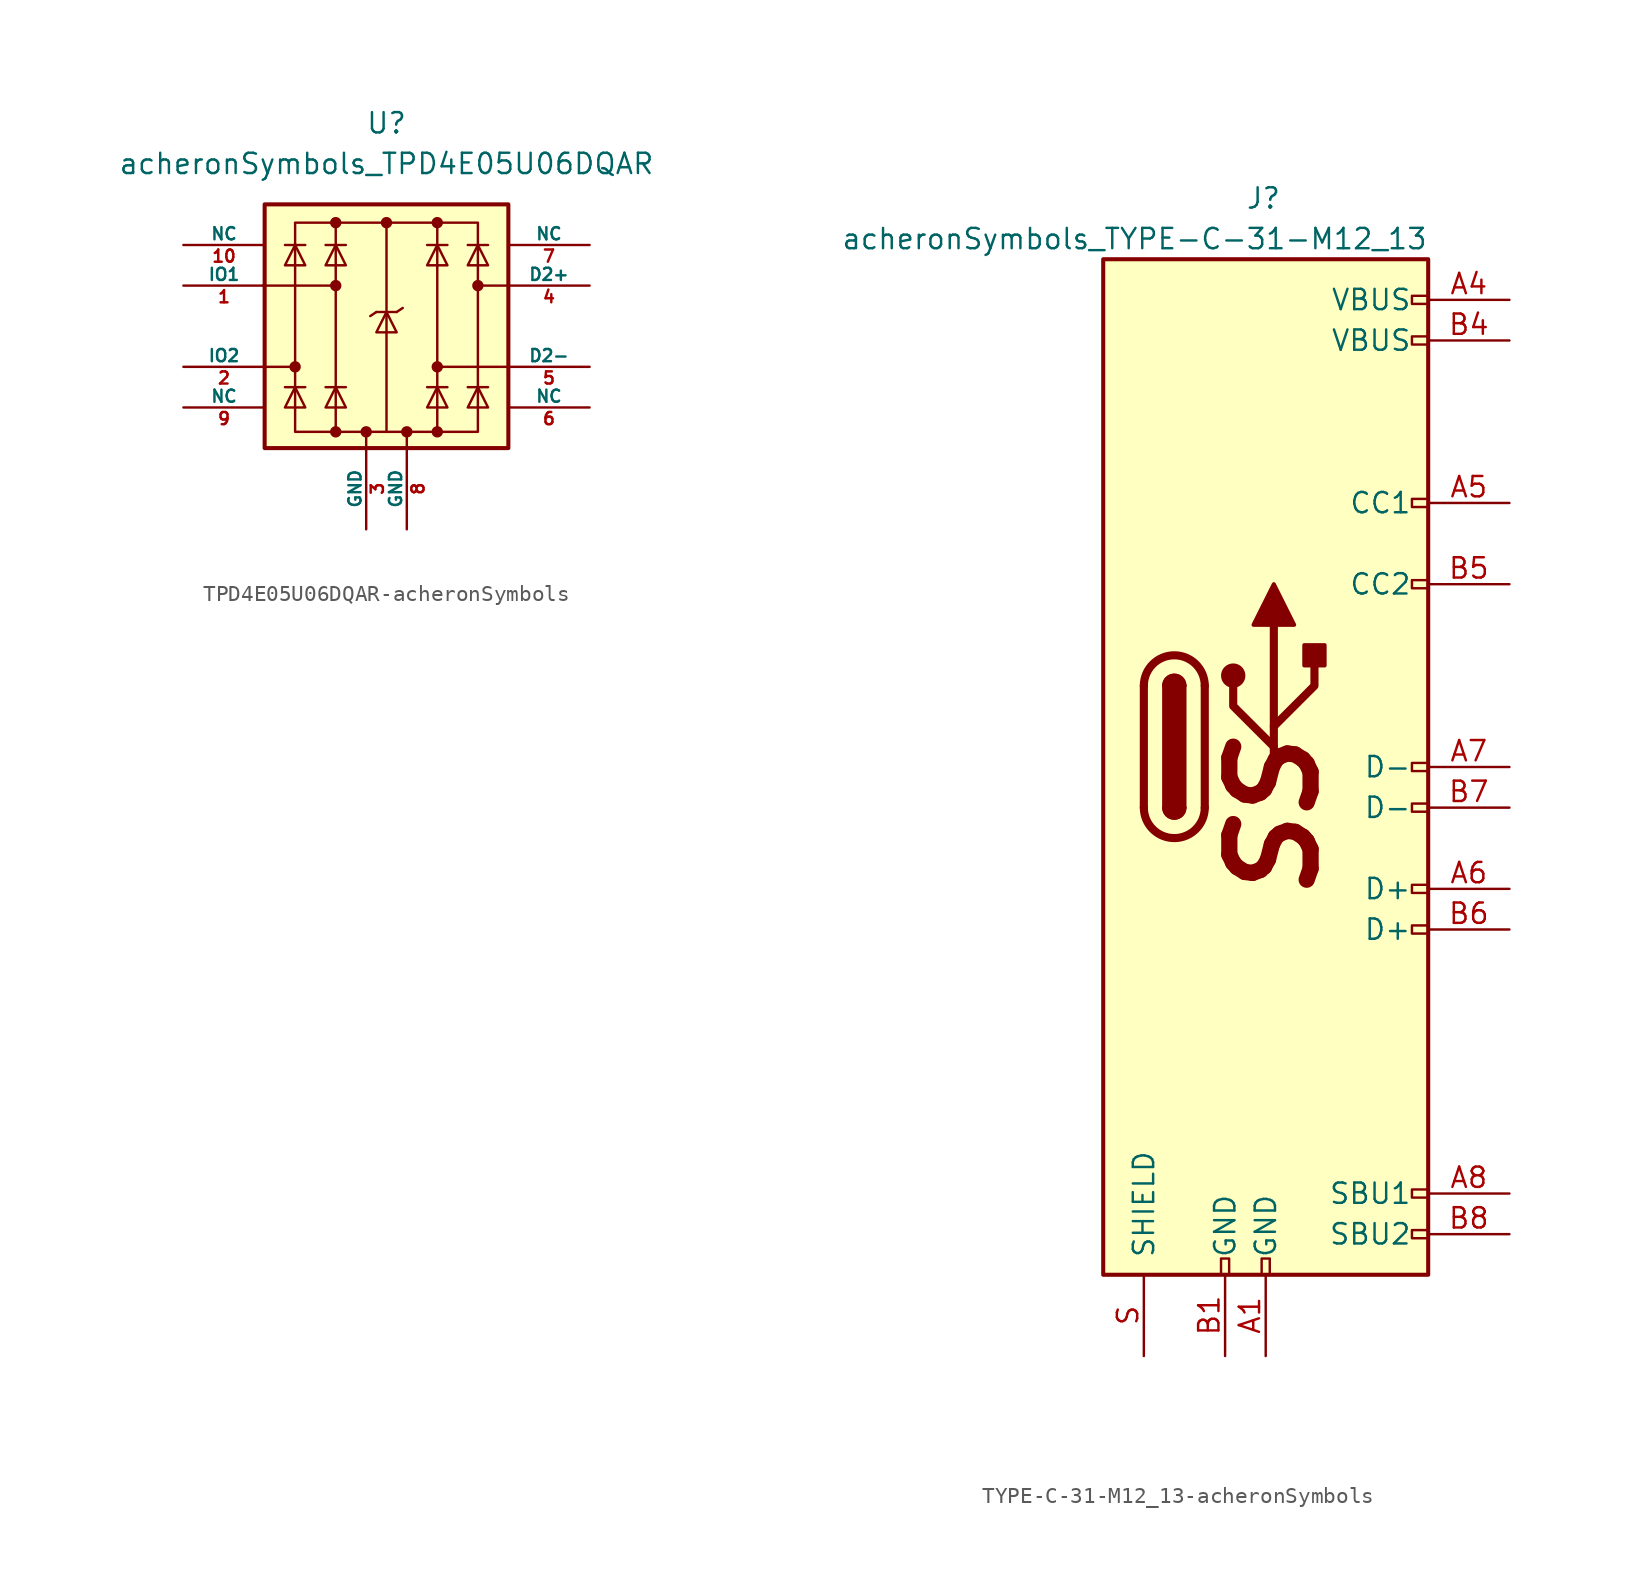
<source format=kicad_sym>
(kicad_symbol_lib
  (version 20231120)
  (generator "kicad_symbol_editor")
  (generator_version "8.0")
  (symbol "TPD4E05U06DQAR-acheronSymbols"
    (pin_names
      (offset 0))
    (property "Reference" "U"
      (at 0 12.7 0)
      (effects (font (size 1.27 1.27))))
    (property "Value" "acheronSymbols_TPD4E05U06DQAR"
      (at 0 10.16 0)
      (effects (font (size 1.27 1.27))))
    (symbol "TPD4E05U06DQAR-acheronSymbols_0_0"
      (rectangle (start -5.715 6.477) (end 5.715 -6.604) (stroke (width 0) (type solid)) (fill (type none)))
      (polyline (pts (xy -3.175 -6.604) (xy -3.175 6.477)) (stroke (width 0) (type solid)) (fill (type none)))
      (polyline (pts (xy 0 6.477) (xy 0 -6.604)) (stroke (width 0) (type solid)) (fill (type none)))
      (polyline (pts (xy 3.175 6.477) (xy 3.175 -6.604)) (stroke (width 0) (type solid)) (fill (type none))))
    (symbol "TPD4E05U06DQAR-acheronSymbols_0_1"
      (rectangle (start -7.62 7.62) (end 7.62 -7.62) (stroke (width 0.254) (type solid)) (fill (type background)))
      (circle (center -5.715 -2.54) (radius 0.279) (stroke (width 0) (type solid)) (fill (type outline)))
      (circle (center -3.175 -6.604) (radius 0.279) (stroke (width 0) (type solid)) (fill (type outline)))
      (circle (center -3.175 2.54) (radius 0.279) (stroke (width 0) (type solid)) (fill (type outline)))
      (circle (center -3.175 6.477) (radius 0.279) (stroke (width 0) (type solid)) (fill (type outline)))
      (circle (center -1.27 -6.604) (radius 0.279) (stroke (width 0) (type solid)) (fill (type outline)))
      (polyline (pts (xy -7.747 2.54) (xy -3.175 2.54)) (stroke (width 0) (type solid)) (fill (type none)))
      (polyline (pts (xy -7.62 -2.54) (xy -5.715 -2.54)) (stroke (width 0) (type solid)) (fill (type none)))
      (polyline (pts (xy -5.08 -3.81) (xy -6.35 -3.81)) (stroke (width 0) (type solid)) (fill (type none)))
      (polyline (pts (xy -5.08 5.08) (xy -6.35 5.08)) (stroke (width 0) (type solid)) (fill (type none)))
      (polyline (pts (xy -2.54 -3.81) (xy -3.81 -3.81)) (stroke (width 0) (type solid)) (fill (type none)))
      (polyline (pts (xy -2.54 5.08) (xy -3.81 5.08)) (stroke (width 0) (type solid)) (fill (type none)))
      (polyline (pts (xy -1.27 -6.604) (xy -1.27 -7.62)) (stroke (width 0) (type solid)) (fill (type none)))
      (polyline (pts (xy -0.635 0.889) (xy -1.016 0.635)) (stroke (width 0) (type solid)) (fill (type none)))
      (polyline (pts (xy 0.635 0.889) (xy -0.635 0.889)) (stroke (width 0) (type solid)) (fill (type none)))
      (polyline (pts (xy 0.635 0.889) (xy 1.016 1.143)) (stroke (width 0) (type solid)) (fill (type none)))
      (polyline (pts (xy 3.81 -3.81) (xy 2.54 -3.81)) (stroke (width 0) (type solid)) (fill (type none)))
      (polyline (pts (xy 3.81 5.08) (xy 2.54 5.08)) (stroke (width 0) (type solid)) (fill (type none)))
      (polyline (pts (xy 6.35 -3.81) (xy 5.08 -3.81)) (stroke (width 0) (type solid)) (fill (type none)))
      (polyline (pts (xy 6.35 5.08) (xy 5.08 5.08)) (stroke (width 0) (type solid)) (fill (type none)))
      (polyline (pts (xy 7.62 -2.54) (xy 3.175 -2.54)) (stroke (width 0) (type solid)) (fill (type none)))
      (polyline (pts (xy 7.62 2.54) (xy 5.715 2.54)) (stroke (width 0) (type solid)) (fill (type none)))
      (polyline (pts (xy -5.08 -5.08) (xy -6.35 -5.08) (xy -5.715 -3.81) (xy -5.08 -5.08)) (stroke (width 0) (type solid)) (fill (type none)))
      (polyline (pts (xy -5.08 3.81) (xy -6.35 3.81) (xy -5.715 5.08) (xy -5.08 3.81)) (stroke (width 0) (type solid)) (fill (type none)))
      (polyline (pts (xy -2.54 -5.08) (xy -3.81 -5.08) (xy -3.175 -3.81) (xy -2.54 -5.08)) (stroke (width 0) (type solid)) (fill (type none)))
      (polyline (pts (xy -2.54 3.81) (xy -3.81 3.81) (xy -3.175 5.08) (xy -2.54 3.81)) (stroke (width 0) (type solid)) (fill (type none)))
      (polyline (pts (xy 0.635 -0.381) (xy -0.635 -0.381) (xy 0 0.889) (xy 0.635 -0.381)) (stroke (width 0) (type solid)) (fill (type none)))
      (polyline (pts (xy 3.81 -5.08) (xy 2.54 -5.08) (xy 3.175 -3.81) (xy 3.81 -5.08)) (stroke (width 0) (type solid)) (fill (type none)))
      (polyline (pts (xy 3.81 3.81) (xy 2.54 3.81) (xy 3.175 5.08) (xy 3.81 3.81)) (stroke (width 0) (type solid)) (fill (type none)))
      (polyline (pts (xy 6.35 -5.08) (xy 5.08 -5.08) (xy 5.715 -3.81) (xy 6.35 -5.08)) (stroke (width 0) (type solid)) (fill (type none)))
      (polyline (pts (xy 6.35 3.81) (xy 5.08 3.81) (xy 5.715 5.08) (xy 6.35 3.81)) (stroke (width 0) (type solid)) (fill (type none)))
      (circle (center 0 6.477) (radius 0.279) (stroke (width 0) (type solid)) (fill (type outline)))
      (circle (center 3.175 -6.604) (radius 0.279) (stroke (width 0) (type solid)) (fill (type outline)))
      (circle (center 3.175 -2.54) (radius 0.279) (stroke (width 0) (type solid)) (fill (type outline)))
      (circle (center 3.175 6.477) (radius 0.279) (stroke (width 0) (type solid)) (fill (type outline)))
      (circle (center 5.715 2.54) (radius 0.279) (stroke (width 0) (type solid)) (fill (type outline))))
    (symbol "TPD4E05U06DQAR-acheronSymbols_1_1"
      (polyline (pts (xy 1.27 -6.604) (xy 1.27 -7.62)) (stroke (width 0) (type solid)) (fill (type none)))
      (circle (center 1.27 -6.604) (radius 0.279) (stroke (width 0) (type solid)) (fill (type outline)))
      (pin bidirectional line (at -12.7 2.54 0) (length 5.08) (name "IO1" (effects (font (size 0.762 0.762)))) (number "1" (effects (font (size 0.762 0.762)))))
      (pin bidirectional line (at -12.7 5.08 0) (length 5.08) (name "NC" (effects (font (size 0.762 0.762)))) (number "10" (effects (font (size 0.762 0.762)))))
      (pin bidirectional line (at -12.7 -2.54 0) (length 5.08) (name "IO2" (effects (font (size 0.762 0.762)))) (number "2" (effects (font (size 0.762 0.762)))))
      (pin power_in line (at -1.27 -12.7 90) (length 5.08) (name "GND" (effects (font (size 0.762 0.762)))) (number "3" (effects (font (size 0.762 0.762)))))
      (pin bidirectional line (at 12.7 2.54 180) (length 5.08) (name "D2+" (effects (font (size 0.762 0.762)))) (number "4" (effects (font (size 0.762 0.762)))))
      (pin bidirectional line (at 12.7 -2.54 180) (length 5.08) (name "D2-" (effects (font (size 0.762 0.762)))) (number "5" (effects (font (size 0.762 0.762)))))
      (pin bidirectional line (at 12.7 -5.08 180) (length 5.08) (name "NC" (effects (font (size 0.762 0.762)))) (number "6" (effects (font (size 0.762 0.762)))))
      (pin bidirectional line (at 12.7 5.08 180) (length 5.08) (name "NC" (effects (font (size 0.762 0.762)))) (number "7" (effects (font (size 0.762 0.762)))))
      (pin power_in line (at 1.27 -12.7 90) (length 5.08) (name "GND" (effects (font (size 0.762 0.762)))) (number "8" (effects (font (size 0.762 0.762)))))
      (pin bidirectional line (at -12.7 -5.08 0) (length 5.08) (name "NC" (effects (font (size 0.762 0.762)))) (number "9" (effects (font (size 0.762 0.762)))))))
  (symbol "TYPE-C-31-M12_13-acheronSymbols"
    (pin_names
      (offset 1.016))
    (property "Reference" "J"
      (at -1.27 35.56 0)
      (effects (font (size 1.27 1.27)) (justify left)))
    (property "Value" "acheronSymbols_TYPE-C-31-M12_13"
      (at 10.16 33.02 0)
      (effects (font (size 1.27 1.27)) (justify right)))
    (symbol "TYPE-C-31-M12_13-acheronSymbols_0_0"
      (rectangle (start -0.254 -31.75) (end 0.254 -30.734) (stroke (width 0) (type solid)) (fill (type none)))
      (rectangle (start 10.16 -28.956) (end 9.144 -29.464) (stroke (width 0) (type solid)) (fill (type none)))
      (rectangle (start 10.16 -26.416) (end 9.144 -26.924) (stroke (width 0) (type solid)) (fill (type none)))
      (rectangle (start 10.16 -9.906) (end 9.144 -10.414) (stroke (width 0) (type solid)) (fill (type none)))
      (rectangle (start 10.16 -7.366) (end 9.144 -7.874) (stroke (width 0) (type solid)) (fill (type none)))
      (rectangle (start 10.16 -2.286) (end 9.144 -2.794) (stroke (width 0) (type solid)) (fill (type none)))
      (rectangle (start 10.16 0.254) (end 9.144 -0.254) (stroke (width 0) (type solid)) (fill (type none)))
      (rectangle (start 10.16 11.684) (end 9.144 11.176) (stroke (width 0) (type solid)) (fill (type none)))
      (rectangle (start 10.16 16.764) (end 9.144 16.256) (stroke (width 0) (type solid)) (fill (type none)))
      (rectangle (start 10.16 29.464) (end 9.144 28.956) (stroke (width 0) (type solid)) (fill (type none)))
      (text "SS" (at 0.508 -3.175 900) (effects (font (size 5.08 5.08) (bold yes) (italic yes)))))
    (symbol "TYPE-C-31-M12_13-acheronSymbols_0_1"
      (rectangle (start -10.16 31.75) (end 10.16 -31.75) (stroke (width 0.254) (type solid)) (fill (type background)))
      (arc (start -7.62 -2.54) (mid -5.715 -4.445) (end -3.81 -2.54) (stroke (width 0.508) (type solid)) (fill (type none)))
      (arc (start -6.35 -2.54) (mid -5.715 -3.175) (end -5.08 -2.54) (stroke (width 0.254) (type solid)) (fill (type none)))
      (arc (start -6.35 -2.54) (mid -5.715 -3.175) (end -5.08 -2.54) (stroke (width 0.254) (type solid)) (fill (type outline)))
      (rectangle (start -6.35 -2.54) (end -5.08 5.08) (stroke (width 0.254) (type solid)) (fill (type outline)))
      (arc (start -5.08 5.08) (mid -5.715 5.715) (end -6.35 5.08) (stroke (width 0.254) (type solid)) (fill (type none)))
      (arc (start -5.08 5.08) (mid -5.715 5.715) (end -6.35 5.08) (stroke (width 0.254) (type solid)) (fill (type outline)))
      (arc (start -3.81 5.08) (mid -5.715 6.985) (end -7.62 5.08) (stroke (width 0.508) (type solid)) (fill (type none)))
      (circle (center -2.032 5.715) (radius 0.635) (stroke (width 0.254) (type solid)) (fill (type outline)))
      (polyline (pts (xy -7.62 -2.54) (xy -7.62 5.08)) (stroke (width 0.508) (type solid)) (fill (type none)))
      (polyline (pts (xy -3.81 5.08) (xy -3.81 -2.54)) (stroke (width 0.508) (type solid)) (fill (type none)))
      (polyline (pts (xy 0.508 0) (xy 0.508 8.89)) (stroke (width 0.508) (type solid)) (fill (type none)))
      (polyline (pts (xy 0.508 1.27) (xy -2.032 3.81) (xy -2.032 5.08)) (stroke (width 0.508) (type solid)) (fill (type none)))
      (polyline (pts (xy 0.508 2.54) (xy 3.048 5.08) (xy 3.048 6.35)) (stroke (width 0.508) (type solid)) (fill (type none)))
      (polyline (pts (xy -0.762 8.89) (xy 0.508 11.43) (xy 1.778 8.89) (xy -0.762 8.89)) (stroke (width 0.254) (type solid)) (fill (type outline)))
      (rectangle (start 2.413 6.35) (end 3.683 7.62) (stroke (width 0.254) (type solid)) (fill (type outline))))
    (symbol "TYPE-C-31-M12_13-acheronSymbols_1_1"
      (rectangle (start -2.794 -31.75) (end -2.286 -30.734) (stroke (width 0) (type solid)) (fill (type none)))
      (rectangle (start 10.16 26.924) (end 9.144 26.416) (stroke (width 0) (type solid)) (fill (type none)))
      (pin power_out line (at 0 -36.83 90) (length 5.08) (name "GND" (effects (font (size 1.27 1.27)))) (number "A1" (effects (font (size 1.27 1.27)))))
      (pin power_out line (at 15.24 29.21 180) (length 5.08) (name "VBUS" (effects (font (size 1.27 1.27)))) (number "A4" (effects (font (size 1.27 1.27)))))
      (pin bidirectional line (at 15.24 16.51 180) (length 5.08) (name "CC1" (effects (font (size 1.27 1.27)))) (number "A5" (effects (font (size 1.27 1.27)))))
      (pin bidirectional line (at 15.24 -7.62 180) (length 5.08) (name "D+" (effects (font (size 1.27 1.27)))) (number "A6" (effects (font (size 1.27 1.27)))))
      (pin bidirectional line (at 15.24 0 180) (length 5.08) (name "D-" (effects (font (size 1.27 1.27)))) (number "A7" (effects (font (size 1.27 1.27)))))
      (pin bidirectional line (at 15.24 -26.67 180) (length 5.08) (name "SBU1" (effects (font (size 1.27 1.27)))) (number "A8" (effects (font (size 1.27 1.27)))))
      (pin power_out line (at -2.54 -36.83 90) (length 5.08) (name "GND" (effects (font (size 1.27 1.27)))) (number "B1" (effects (font (size 1.27 1.27)))))
      (pin power_out line (at 15.24 26.67 180) (length 5.08) (name "VBUS" (effects (font (size 1.27 1.27)))) (number "B4" (effects (font (size 1.27 1.27)))))
      (pin bidirectional line (at 15.24 11.43 180) (length 5.08) (name "CC2" (effects (font (size 1.27 1.27)))) (number "B5" (effects (font (size 1.27 1.27)))))
      (pin bidirectional line (at 15.24 -10.16 180) (length 5.08) (name "D+" (effects (font (size 1.27 1.27)))) (number "B6" (effects (font (size 1.27 1.27)))))
      (pin bidirectional line (at 15.24 -2.54 180) (length 5.08) (name "D-" (effects (font (size 1.27 1.27)))) (number "B7" (effects (font (size 1.27 1.27)))))
      (pin bidirectional line (at 15.24 -29.21 180) (length 5.08) (name "SBU2" (effects (font (size 1.27 1.27)))) (number "B8" (effects (font (size 1.27 1.27)))))
      (pin passive line (at -7.62 -36.83 90) (length 5.08) (name "SHIELD" (effects (font (size 1.27 1.27)))) (number "S" (effects (font (size 1.27 1.27))))))))
</source>
